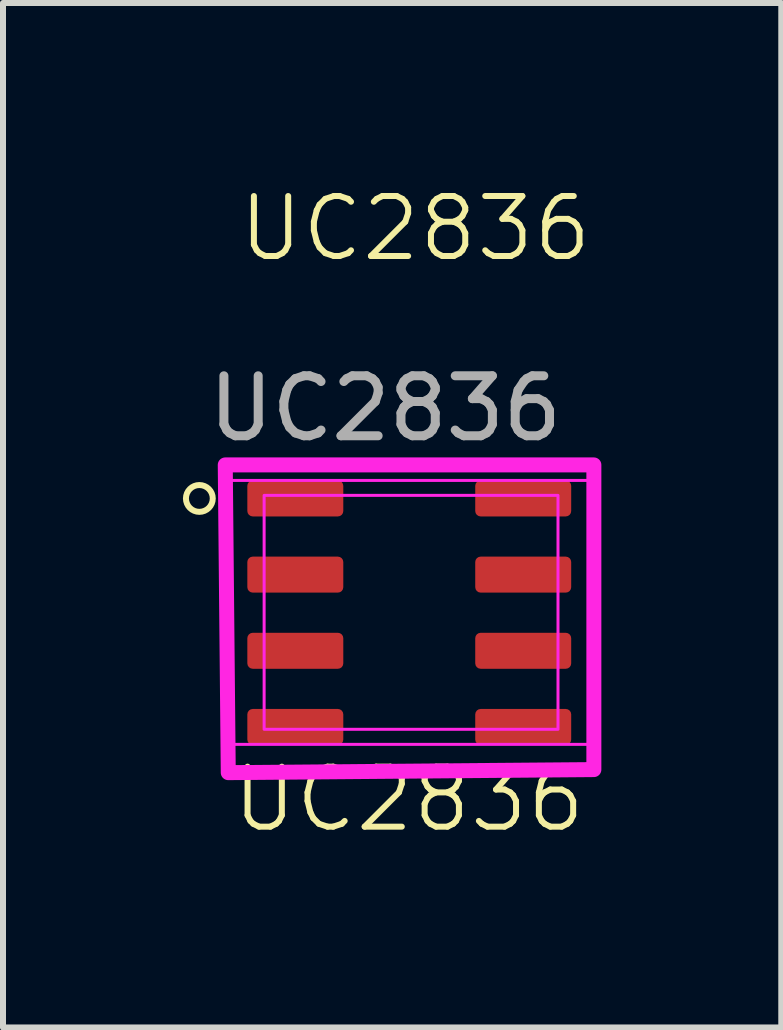
<source format=kicad_pcb>
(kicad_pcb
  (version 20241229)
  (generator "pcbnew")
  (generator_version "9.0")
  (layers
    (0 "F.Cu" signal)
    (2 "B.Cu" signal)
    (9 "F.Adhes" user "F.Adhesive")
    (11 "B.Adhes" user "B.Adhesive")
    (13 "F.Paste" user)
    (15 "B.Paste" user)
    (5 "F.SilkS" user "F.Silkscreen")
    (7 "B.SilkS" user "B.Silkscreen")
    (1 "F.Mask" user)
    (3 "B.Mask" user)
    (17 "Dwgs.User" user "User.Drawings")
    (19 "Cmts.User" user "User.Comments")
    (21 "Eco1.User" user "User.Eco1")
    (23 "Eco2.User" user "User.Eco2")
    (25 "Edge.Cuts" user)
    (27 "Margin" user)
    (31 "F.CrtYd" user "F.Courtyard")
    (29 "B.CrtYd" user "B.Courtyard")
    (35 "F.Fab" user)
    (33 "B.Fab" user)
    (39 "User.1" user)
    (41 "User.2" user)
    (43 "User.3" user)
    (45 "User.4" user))
  (footprint "UC2836"
    (layer "F.Cu")
    (at 1.874 5.261)
    (property "Reference" "UC2836" (at 2 -4.5 0) (unlocked yes) (layer "F.SilkS") (effects (font (size 1 1) (thickness 0.1))))
    (attr smd)
    (fp_circle (center -1.6 0) (end -1.4 0.1) (stroke (width 0.1) (type default)) (fill no) (layer "F.SilkS"))
    (fp_rect (start -0.52 -0.051) (end 4.38 3.849) (stroke (width 0.05) (type solid)) (fill no) (layer "F.CrtYd"))
    (fp_poly (pts (xy -1.1 -0.3) (xy 4.9 -0.3) (xy 4.9 4.1) (xy -1.1 4.1)) (stroke (width 0.05) (type solid)) (fill no) (layer "F.CrtYd"))
    (fp_poly (pts (xy 4.978 4.521) (xy 4.978 -0.559) (xy -1.168 -0.559) (xy -1.118 4.572)) (stroke (width 0.25) (type solid)) (fill no) (layer "F.CrtYd"))
    (fp_text user "UC2836" (at -1.1 5.6 0) (unlocked yes) (layer "F.SilkS") (effects (font (size 1 1) (thickness 0.1)) (justify left bottom)))
    (fp_text user "${REFERENCE}" (at 1.5 -1.5 0) (unlocked yes) (layer "F.Fab") (effects (font (size 1 1) (thickness 0.15))))
    (pad "1" smd roundrect (at 0 0 90) (size 0.6 1.6) (layers "F.Cu" "F.Mask" "F.Paste") (roundrect_rratio 0.15))
    (pad "2" smd roundrect (at 0 1.27 90) (size 0.6 1.6) (layers "F.Cu" "F.Mask" "F.Paste") (roundrect_rratio 0.15))
    (pad "3" smd roundrect (at 0 2.54 90) (size 0.6 1.6) (layers "F.Cu" "F.Mask" "F.Paste") (roundrect_rratio 0.15))
    (pad "4" smd roundrect (at 0 3.81 90) (size 0.6 1.6) (layers "F.Cu" "F.Mask" "F.Paste") (roundrect_rratio 0.15))
    (pad "5" smd roundrect (at 3.8 0 90) (size 0.6 1.6) (layers "F.Cu" "F.Mask" "F.Paste") (roundrect_rratio 0.15))
    (pad "6" smd roundrect (at 3.8 1.27 90) (size 0.6 1.6) (layers "F.Cu" "F.Mask" "F.Paste") (roundrect_rratio 0.15))
    (pad "7" smd roundrect (at 3.8 2.54 90) (size 0.6 1.6) (layers "F.Cu" "F.Mask" "F.Paste") (roundrect_rratio 0.15))
    (pad "7" smd roundrect (at 3.8 3.81 90) (size 0.6 1.6) (layers "F.Cu" "F.Mask" "F.Paste") (roundrect_rratio 0.15)))
  (gr_rect
    (start -3 -3)
    (end 9.977 14.082)
    (stroke (width 0.1) (type default))
    (fill no)
    (layer "Edge.Cuts")))
</source>
